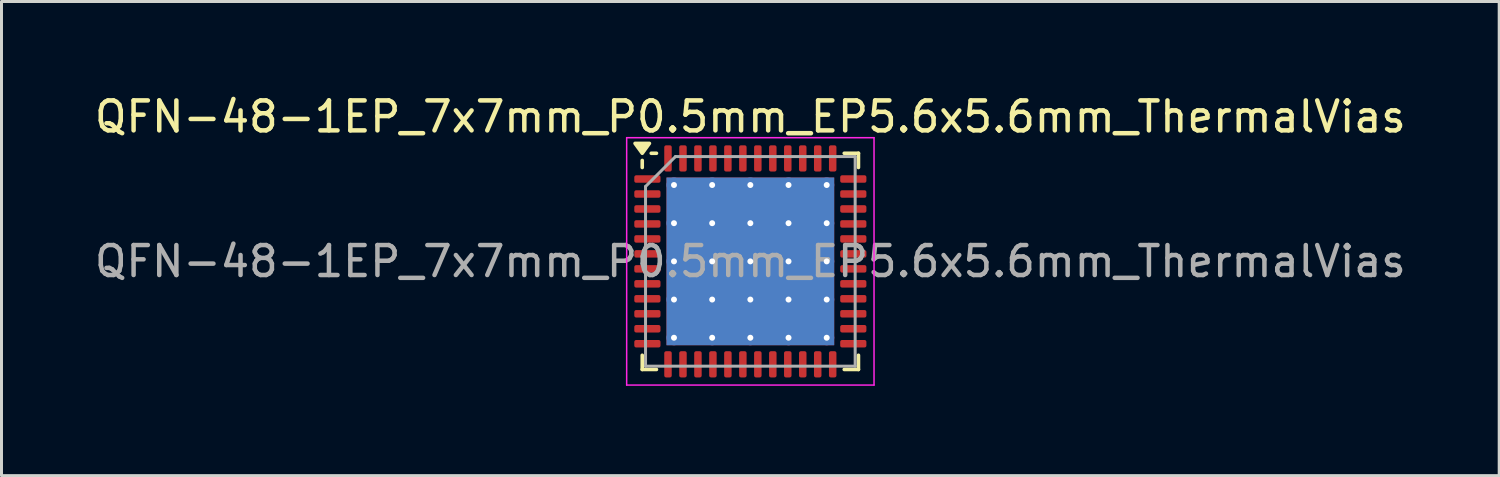
<source format=kicad_pcb>
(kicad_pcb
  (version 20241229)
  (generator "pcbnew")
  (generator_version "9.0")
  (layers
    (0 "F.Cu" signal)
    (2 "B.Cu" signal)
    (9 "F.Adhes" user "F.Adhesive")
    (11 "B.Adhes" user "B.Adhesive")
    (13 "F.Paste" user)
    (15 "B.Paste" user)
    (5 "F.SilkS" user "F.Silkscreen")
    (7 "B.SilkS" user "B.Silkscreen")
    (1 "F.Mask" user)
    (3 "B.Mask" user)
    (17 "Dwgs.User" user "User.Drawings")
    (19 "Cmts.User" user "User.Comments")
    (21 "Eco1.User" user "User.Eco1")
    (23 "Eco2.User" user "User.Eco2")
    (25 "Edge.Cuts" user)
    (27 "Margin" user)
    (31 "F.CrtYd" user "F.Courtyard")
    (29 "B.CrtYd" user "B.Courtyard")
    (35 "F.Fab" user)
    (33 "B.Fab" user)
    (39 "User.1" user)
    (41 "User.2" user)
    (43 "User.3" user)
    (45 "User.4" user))
  (footprint "QFN-48-1EP_7x7mm_P0.5mm_EP5.6x5.6mm_ThermalVias"
    (layer "F.Cu")
    (at 22.006 5.678)
    (property "Reference" "QFN-48-1EP_7x7mm_P0.5mm_EP5.6x5.6mm_ThermalVias" (at 0 -4.83 0) (layer "F.SilkS") (effects (font (size 1 1) (thickness 0.15))))
    (attr smd)
    (fp_line (start -3.61 -3.135) (end -3.61 -3.37) (stroke (width 0.12) (type solid)) (layer "F.SilkS"))
    (fp_line (start -3.61 3.61) (end -3.61 3.135) (stroke (width 0.12) (type solid)) (layer "F.SilkS"))
    (fp_line (start -3.135 -3.61) (end -3.31 -3.61) (stroke (width 0.12) (type solid)) (layer "F.SilkS"))
    (fp_line (start -3.135 3.61) (end -3.61 3.61) (stroke (width 0.12) (type solid)) (layer "F.SilkS"))
    (fp_line (start 3.135 -3.61) (end 3.61 -3.61) (stroke (width 0.12) (type solid)) (layer "F.SilkS"))
    (fp_line (start 3.135 3.61) (end 3.61 3.61) (stroke (width 0.12) (type solid)) (layer "F.SilkS"))
    (fp_line (start 3.61 -3.61) (end 3.61 -3.135) (stroke (width 0.12) (type solid)) (layer "F.SilkS"))
    (fp_line (start 3.61 3.61) (end 3.61 3.135) (stroke (width 0.12) (type solid)) (layer "F.SilkS"))
    (fp_poly (pts (xy -3.61 -3.61) (xy -3.85 -3.94) (xy -3.37 -3.94) (xy -3.61 -3.61)) (stroke (width 0.12) (type solid)) (fill yes) (layer "F.SilkS"))
    (fp_line (start -4.13 -4.13) (end -4.13 4.13) (stroke (width 0.05) (type solid)) (layer "F.CrtYd"))
    (fp_line (start -4.13 4.13) (end 4.13 4.13) (stroke (width 0.05) (type solid)) (layer "F.CrtYd"))
    (fp_line (start 4.13 -4.13) (end -4.13 -4.13) (stroke (width 0.05) (type solid)) (layer "F.CrtYd"))
    (fp_line (start 4.13 4.13) (end 4.13 -4.13) (stroke (width 0.05) (type solid)) (layer "F.CrtYd"))
    (fp_line (start -3.5 -2.5) (end -2.5 -3.5) (stroke (width 0.1) (type solid)) (layer "F.Fab"))
    (fp_line (start -3.5 3.5) (end -3.5 -2.5) (stroke (width 0.1) (type solid)) (layer "F.Fab"))
    (fp_line (start -2.5 -3.5) (end 3.5 -3.5) (stroke (width 0.1) (type solid)) (layer "F.Fab"))
    (fp_line (start 3.5 -3.5) (end 3.5 3.5) (stroke (width 0.1) (type solid)) (layer "F.Fab"))
    (fp_line (start 3.5 3.5) (end -3.5 3.5) (stroke (width 0.1) (type solid)) (layer "F.Fab"))
    (fp_text user "${REFERENCE}" (at 0 0 0) (layer "F.Fab") (effects (font (size 1 1) (thickness 0.15))))
    (pad "" smd roundrect (at -1.913 -1.913) (size 1.084 1.084) (layers "F.Paste") (roundrect_rratio 0.231))
    (pad "" smd roundrect (at -1.913 -0.637) (size 1.084 1.084) (layers "F.Paste") (roundrect_rratio 0.231))
    (pad "" smd roundrect (at -1.913 0.637) (size 1.084 1.084) (layers "F.Paste") (roundrect_rratio 0.231))
    (pad "" smd roundrect (at -1.913 1.913) (size 1.084 1.084) (layers "F.Paste") (roundrect_rratio 0.231))
    (pad "" smd roundrect (at -0.637 -1.913) (size 1.084 1.084) (layers "F.Paste") (roundrect_rratio 0.231))
    (pad "" smd roundrect (at -0.637 -0.637) (size 1.084 1.084) (layers "F.Paste") (roundrect_rratio 0.231))
    (pad "" smd roundrect (at -0.637 0.637) (size 1.084 1.084) (layers "F.Paste") (roundrect_rratio 0.231))
    (pad "" smd roundrect (at -0.637 1.913) (size 1.084 1.084) (layers "F.Paste") (roundrect_rratio 0.231))
    (pad "" smd roundrect (at 0.637 -1.913) (size 1.084 1.084) (layers "F.Paste") (roundrect_rratio 0.231))
    (pad "" smd roundrect (at 0.637 -0.637) (size 1.084 1.084) (layers "F.Paste") (roundrect_rratio 0.231))
    (pad "" smd roundrect (at 0.637 0.637) (size 1.084 1.084) (layers "F.Paste") (roundrect_rratio 0.231))
    (pad "" smd roundrect (at 0.637 1.913) (size 1.084 1.084) (layers "F.Paste") (roundrect_rratio 0.231))
    (pad "" smd roundrect (at 1.913 -1.913) (size 1.084 1.084) (layers "F.Paste") (roundrect_rratio 0.231))
    (pad "" smd roundrect (at 1.913 -0.637) (size 1.084 1.084) (layers "F.Paste") (roundrect_rratio 0.231))
    (pad "" smd roundrect (at 1.913 0.637) (size 1.084 1.084) (layers "F.Paste") (roundrect_rratio 0.231))
    (pad "" smd roundrect (at 1.913 1.913) (size 1.084 1.084) (layers "F.Paste") (roundrect_rratio 0.231))
    (pad "1" smd roundrect (at -3.438 -2.75) (size 0.875 0.25) (layers "F.Cu" "F.Mask" "F.Paste") (roundrect_rratio 0.25))
    (pad "2" smd roundrect (at -3.438 -2.25) (size 0.875 0.25) (layers "F.Cu" "F.Mask" "F.Paste") (roundrect_rratio 0.25))
    (pad "3" smd roundrect (at -3.438 -1.75) (size 0.875 0.25) (layers "F.Cu" "F.Mask" "F.Paste") (roundrect_rratio 0.25))
    (pad "4" smd roundrect (at -3.438 -1.25) (size 0.875 0.25) (layers "F.Cu" "F.Mask" "F.Paste") (roundrect_rratio 0.25))
    (pad "5" smd roundrect (at -3.438 -0.75) (size 0.875 0.25) (layers "F.Cu" "F.Mask" "F.Paste") (roundrect_rratio 0.25))
    (pad "6" smd roundrect (at -3.438 -0.25) (size 0.875 0.25) (layers "F.Cu" "F.Mask" "F.Paste") (roundrect_rratio 0.25))
    (pad "7" smd roundrect (at -3.438 0.25) (size 0.875 0.25) (layers "F.Cu" "F.Mask" "F.Paste") (roundrect_rratio 0.25))
    (pad "8" smd roundrect (at -3.438 0.75) (size 0.875 0.25) (layers "F.Cu" "F.Mask" "F.Paste") (roundrect_rratio 0.25))
    (pad "9" smd roundrect (at -3.438 1.25) (size 0.875 0.25) (layers "F.Cu" "F.Mask" "F.Paste") (roundrect_rratio 0.25))
    (pad "10" smd roundrect (at -3.438 1.75) (size 0.875 0.25) (layers "F.Cu" "F.Mask" "F.Paste") (roundrect_rratio 0.25))
    (pad "11" smd roundrect (at -3.438 2.25) (size 0.875 0.25) (layers "F.Cu" "F.Mask" "F.Paste") (roundrect_rratio 0.25))
    (pad "12" smd roundrect (at -3.438 2.75) (size 0.875 0.25) (layers "F.Cu" "F.Mask" "F.Paste") (roundrect_rratio 0.25))
    (pad "13" smd roundrect (at -2.75 3.438) (size 0.25 0.875) (layers "F.Cu" "F.Mask" "F.Paste") (roundrect_rratio 0.25))
    (pad "14" smd roundrect (at -2.25 3.438) (size 0.25 0.875) (layers "F.Cu" "F.Mask" "F.Paste") (roundrect_rratio 0.25))
    (pad "15" smd roundrect (at -1.75 3.438) (size 0.25 0.875) (layers "F.Cu" "F.Mask" "F.Paste") (roundrect_rratio 0.25))
    (pad "16" smd roundrect (at -1.25 3.438) (size 0.25 0.875) (layers "F.Cu" "F.Mask" "F.Paste") (roundrect_rratio 0.25))
    (pad "17" smd roundrect (at -0.75 3.438) (size 0.25 0.875) (layers "F.Cu" "F.Mask" "F.Paste") (roundrect_rratio 0.25))
    (pad "18" smd roundrect (at -0.25 3.438) (size 0.25 0.875) (layers "F.Cu" "F.Mask" "F.Paste") (roundrect_rratio 0.25))
    (pad "19" smd roundrect (at 0.25 3.438) (size 0.25 0.875) (layers "F.Cu" "F.Mask" "F.Paste") (roundrect_rratio 0.25))
    (pad "20" smd roundrect (at 0.75 3.438) (size 0.25 0.875) (layers "F.Cu" "F.Mask" "F.Paste") (roundrect_rratio 0.25))
    (pad "21" smd roundrect (at 1.25 3.438) (size 0.25 0.875) (layers "F.Cu" "F.Mask" "F.Paste") (roundrect_rratio 0.25))
    (pad "22" smd roundrect (at 1.75 3.438) (size 0.25 0.875) (layers "F.Cu" "F.Mask" "F.Paste") (roundrect_rratio 0.25))
    (pad "23" smd roundrect (at 2.25 3.438) (size 0.25 0.875) (layers "F.Cu" "F.Mask" "F.Paste") (roundrect_rratio 0.25))
    (pad "24" smd roundrect (at 2.75 3.438) (size 0.25 0.875) (layers "F.Cu" "F.Mask" "F.Paste") (roundrect_rratio 0.25))
    (pad "25" smd roundrect (at 3.438 2.75) (size 0.875 0.25) (layers "F.Cu" "F.Mask" "F.Paste") (roundrect_rratio 0.25))
    (pad "26" smd roundrect (at 3.438 2.25) (size 0.875 0.25) (layers "F.Cu" "F.Mask" "F.Paste") (roundrect_rratio 0.25))
    (pad "27" smd roundrect (at 3.438 1.75) (size 0.875 0.25) (layers "F.Cu" "F.Mask" "F.Paste") (roundrect_rratio 0.25))
    (pad "28" smd roundrect (at 3.438 1.25) (size 0.875 0.25) (layers "F.Cu" "F.Mask" "F.Paste") (roundrect_rratio 0.25))
    (pad "29" smd roundrect (at 3.438 0.75) (size 0.875 0.25) (layers "F.Cu" "F.Mask" "F.Paste") (roundrect_rratio 0.25))
    (pad "30" smd roundrect (at 3.438 0.25) (size 0.875 0.25) (layers "F.Cu" "F.Mask" "F.Paste") (roundrect_rratio 0.25))
    (pad "31" smd roundrect (at 3.438 -0.25) (size 0.875 0.25) (layers "F.Cu" "F.Mask" "F.Paste") (roundrect_rratio 0.25))
    (pad "32" smd roundrect (at 3.438 -0.75) (size 0.875 0.25) (layers "F.Cu" "F.Mask" "F.Paste") (roundrect_rratio 0.25))
    (pad "33" smd roundrect (at 3.438 -1.25) (size 0.875 0.25) (layers "F.Cu" "F.Mask" "F.Paste") (roundrect_rratio 0.25))
    (pad "34" smd roundrect (at 3.438 -1.75) (size 0.875 0.25) (layers "F.Cu" "F.Mask" "F.Paste") (roundrect_rratio 0.25))
    (pad "35" smd roundrect (at 3.438 -2.25) (size 0.875 0.25) (layers "F.Cu" "F.Mask" "F.Paste") (roundrect_rratio 0.25))
    (pad "36" smd roundrect (at 3.438 -2.75) (size 0.875 0.25) (layers "F.Cu" "F.Mask" "F.Paste") (roundrect_rratio 0.25))
    (pad "37" smd roundrect (at 2.75 -3.438) (size 0.25 0.875) (layers "F.Cu" "F.Mask" "F.Paste") (roundrect_rratio 0.25))
    (pad "38" smd roundrect (at 2.25 -3.438) (size 0.25 0.875) (layers "F.Cu" "F.Mask" "F.Paste") (roundrect_rratio 0.25))
    (pad "39" smd roundrect (at 1.75 -3.438) (size 0.25 0.875) (layers "F.Cu" "F.Mask" "F.Paste") (roundrect_rratio 0.25))
    (pad "40" smd roundrect (at 1.25 -3.438) (size 0.25 0.875) (layers "F.Cu" "F.Mask" "F.Paste") (roundrect_rratio 0.25))
    (pad "41" smd roundrect (at 0.75 -3.438) (size 0.25 0.875) (layers "F.Cu" "F.Mask" "F.Paste") (roundrect_rratio 0.25))
    (pad "42" smd roundrect (at 0.25 -3.438) (size 0.25 0.875) (layers "F.Cu" "F.Mask" "F.Paste") (roundrect_rratio 0.25))
    (pad "43" smd roundrect (at -0.25 -3.438) (size 0.25 0.875) (layers "F.Cu" "F.Mask" "F.Paste") (roundrect_rratio 0.25))
    (pad "44" smd roundrect (at -0.75 -3.438) (size 0.25 0.875) (layers "F.Cu" "F.Mask" "F.Paste") (roundrect_rratio 0.25))
    (pad "45" smd roundrect (at -1.25 -3.438) (size 0.25 0.875) (layers "F.Cu" "F.Mask" "F.Paste") (roundrect_rratio 0.25))
    (pad "46" smd roundrect (at -1.75 -3.438) (size 0.25 0.875) (layers "F.Cu" "F.Mask" "F.Paste") (roundrect_rratio 0.25))
    (pad "47" smd roundrect (at -2.25 -3.438) (size 0.25 0.875) (layers "F.Cu" "F.Mask" "F.Paste") (roundrect_rratio 0.25))
    (pad "48" smd roundrect (at -2.75 -3.438) (size 0.25 0.875) (layers "F.Cu" "F.Mask" "F.Paste") (roundrect_rratio 0.25))
    (pad "49" thru_hole circle (at -2.55 -2.55) (size 0.5 0.5) (drill 0.2) (property pad_prop_heatsink) (layers "*.Cu"))
    (pad "49" thru_hole circle (at -2.55 -1.275) (size 0.5 0.5) (drill 0.2) (property pad_prop_heatsink) (layers "*.Cu"))
    (pad "49" thru_hole circle (at -2.55 0) (size 0.5 0.5) (drill 0.2) (property pad_prop_heatsink) (layers "*.Cu"))
    (pad "49" thru_hole circle (at -2.55 1.275) (size 0.5 0.5) (drill 0.2) (property pad_prop_heatsink) (layers "*.Cu"))
    (pad "49" thru_hole circle (at -2.55 2.55) (size 0.5 0.5) (drill 0.2) (property pad_prop_heatsink) (layers "*.Cu"))
    (pad "49" thru_hole circle (at -1.275 -2.55) (size 0.5 0.5) (drill 0.2) (property pad_prop_heatsink) (layers "*.Cu"))
    (pad "49" thru_hole circle (at -1.275 -1.275) (size 0.5 0.5) (drill 0.2) (property pad_prop_heatsink) (layers "*.Cu"))
    (pad "49" thru_hole circle (at -1.275 0) (size 0.5 0.5) (drill 0.2) (property pad_prop_heatsink) (layers "*.Cu"))
    (pad "49" thru_hole circle (at -1.275 1.275) (size 0.5 0.5) (drill 0.2) (property pad_prop_heatsink) (layers "*.Cu"))
    (pad "49" thru_hole circle (at -1.275 2.55) (size 0.5 0.5) (drill 0.2) (property pad_prop_heatsink) (layers "*.Cu"))
    (pad "49" thru_hole circle (at 0 -2.55) (size 0.5 0.5) (drill 0.2) (property pad_prop_heatsink) (layers "*.Cu"))
    (pad "49" thru_hole circle (at 0 -1.275) (size 0.5 0.5) (drill 0.2) (property pad_prop_heatsink) (layers "*.Cu"))
    (pad "49" thru_hole circle (at 0 0) (size 0.5 0.5) (drill 0.2) (property pad_prop_heatsink) (layers "*.Cu"))
    (pad "49" smd rect (at 0 0) (size 5.6 5.6) (property pad_prop_heatsink) (layers "F.Cu" "F.Mask"))
    (pad "49" smd rect (at 0 0) (size 5.6 5.6) (property pad_prop_heatsink) (layers "B.Cu"))
    (pad "49" thru_hole circle (at 0 1.275) (size 0.5 0.5) (drill 0.2) (property pad_prop_heatsink) (layers "*.Cu"))
    (pad "49" thru_hole circle (at 0 2.55) (size 0.5 0.5) (drill 0.2) (property pad_prop_heatsink) (layers "*.Cu"))
    (pad "49" thru_hole circle (at 1.275 -2.55) (size 0.5 0.5) (drill 0.2) (property pad_prop_heatsink) (layers "*.Cu"))
    (pad "49" thru_hole circle (at 1.275 -1.275) (size 0.5 0.5) (drill 0.2) (property pad_prop_heatsink) (layers "*.Cu"))
    (pad "49" thru_hole circle (at 1.275 0) (size 0.5 0.5) (drill 0.2) (property pad_prop_heatsink) (layers "*.Cu"))
    (pad "49" thru_hole circle (at 1.275 1.275) (size 0.5 0.5) (drill 0.2) (property pad_prop_heatsink) (layers "*.Cu"))
    (pad "49" thru_hole circle (at 1.275 2.55) (size 0.5 0.5) (drill 0.2) (property pad_prop_heatsink) (layers "*.Cu"))
    (pad "49" thru_hole circle (at 2.55 -2.55) (size 0.5 0.5) (drill 0.2) (property pad_prop_heatsink) (layers "*.Cu"))
    (pad "49" thru_hole circle (at 2.55 -1.275) (size 0.5 0.5) (drill 0.2) (property pad_prop_heatsink) (layers "*.Cu"))
    (pad "49" thru_hole circle (at 2.55 0) (size 0.5 0.5) (drill 0.2) (property pad_prop_heatsink) (layers "*.Cu"))
    (pad "49" thru_hole circle (at 2.55 1.275) (size 0.5 0.5) (drill 0.2) (property pad_prop_heatsink) (layers "*.Cu"))
    (pad "49" thru_hole circle (at 2.55 2.55) (size 0.5 0.5) (drill 0.2) (property pad_prop_heatsink) (layers "*.Cu")))
  (gr_rect
    (start -3 -3)
    (end 47.012 12.833)
    (stroke (width 0.1) (type default))
    (fill no)
    (layer "Edge.Cuts")))
</source>
